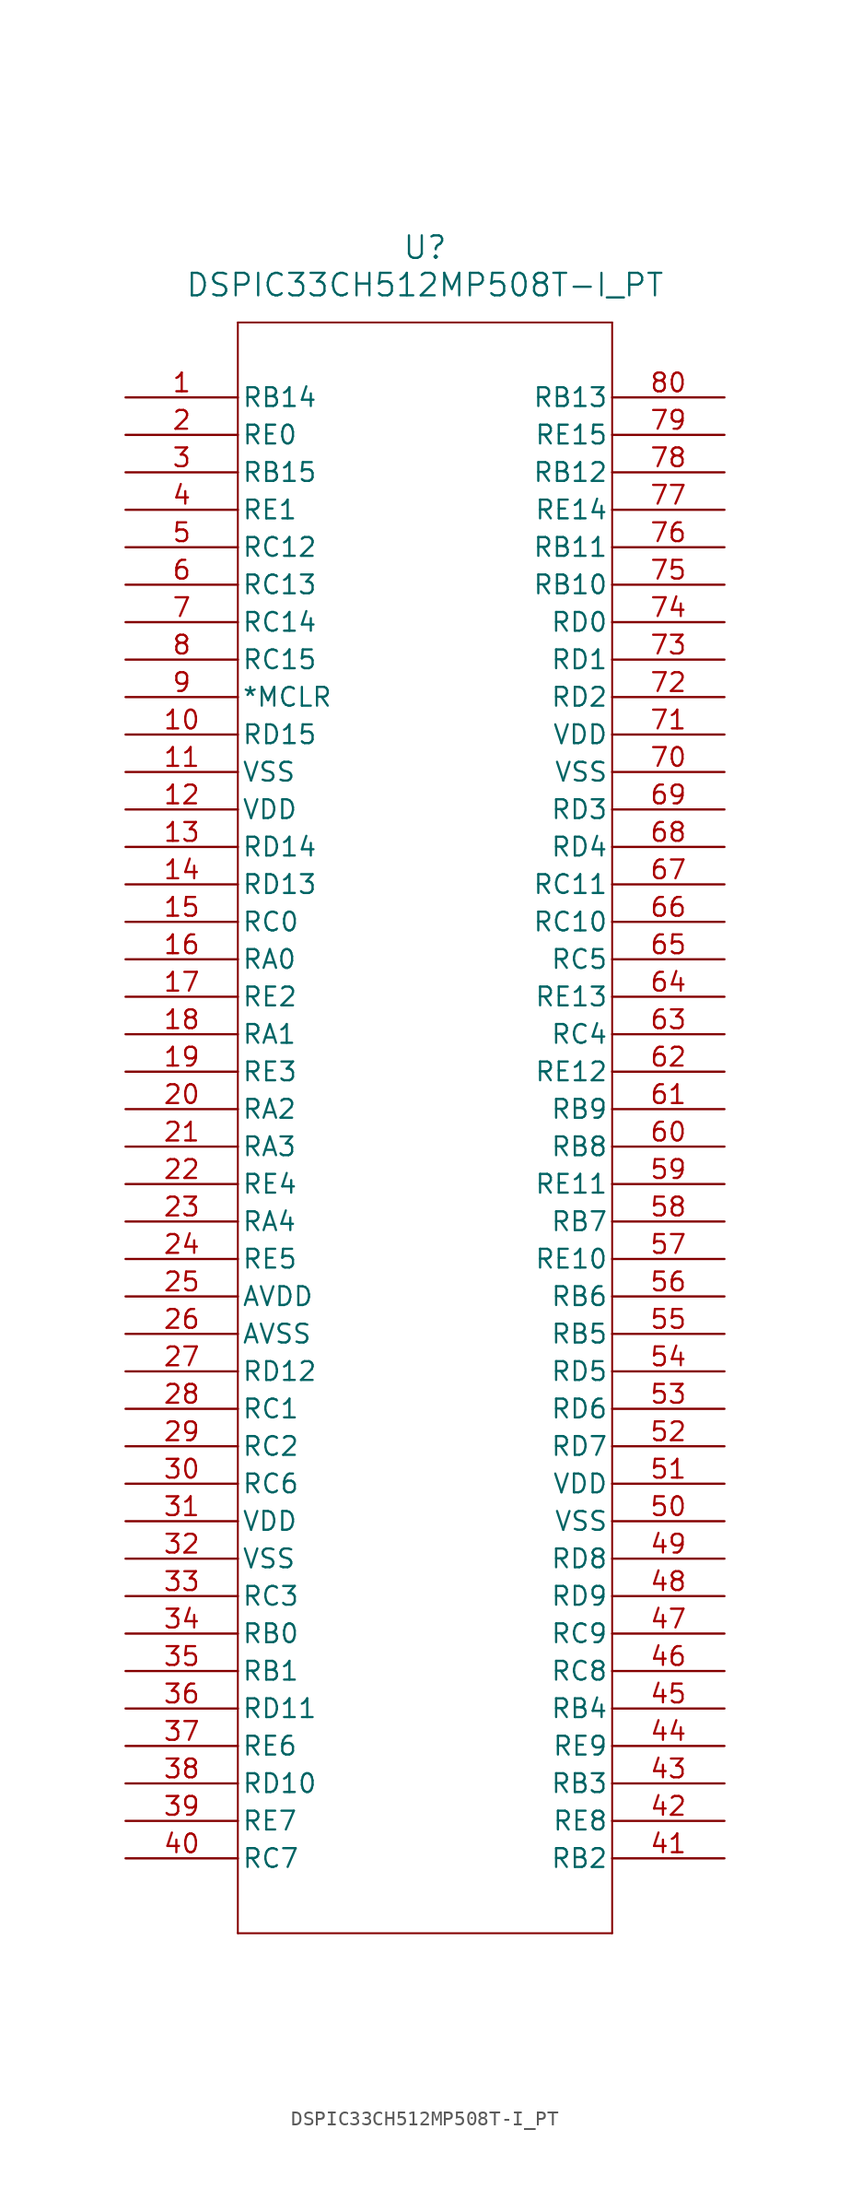
<source format=kicad_sym>
(kicad_symbol_lib
  (version 20211014)
  (generator kicad_symbol_editor)
  (symbol "DSPIC33CH512MP508T-I_PT"
    (pin_names
      (offset 0.254))
    (property "Reference" "U"
      (at 20.32 10.16 0)
      (effects (font (size 1.524 1.524))))
    (property "Value" "DSPIC33CH512MP508T-I_PT"
      (at 20.32 7.62 0)
      (effects (font (size 1.524 1.524))))
    (property "ki_locked" ""
      (at 0 0 0)
      (effects (font (size 1.27 1.27))))
    (symbol "DSPIC33CH512MP508T-I_PT_0_1"
      (polyline (pts (xy 7.62 -104.14) (xy 33.02 -104.14)) (stroke (width 0.127) (type default) (color 0 0 0 0)) (fill (type none)))
      (polyline (pts (xy 7.62 5.08) (xy 7.62 -104.14)) (stroke (width 0.127) (type default) (color 0 0 0 0)) (fill (type none)))
      (polyline (pts (xy 33.02 -104.14) (xy 33.02 5.08)) (stroke (width 0.127) (type default) (color 0 0 0 0)) (fill (type none)))
      (polyline (pts (xy 33.02 5.08) (xy 7.62 5.08)) (stroke (width 0.127) (type default) (color 0 0 0 0)) (fill (type none)))
      (pin bidirectional line (at 0 0 0) (length 7.62) (name "RB14" (effects (font (size 1.27 1.27)))) (number "1" (effects (font (size 1.27 1.27)))))
      (pin bidirectional line (at 0 -22.86 0) (length 7.62) (name "RD15" (effects (font (size 1.27 1.27)))) (number "10" (effects (font (size 1.27 1.27)))))
      (pin power_in line (at 0 -25.4 0) (length 7.62) (name "VSS" (effects (font (size 1.27 1.27)))) (number "11" (effects (font (size 1.27 1.27)))))
      (pin power_in line (at 0 -27.94 0) (length 7.62) (name "VDD" (effects (font (size 1.27 1.27)))) (number "12" (effects (font (size 1.27 1.27)))))
      (pin bidirectional line (at 0 -30.48 0) (length 7.62) (name "RD14" (effects (font (size 1.27 1.27)))) (number "13" (effects (font (size 1.27 1.27)))))
      (pin bidirectional line (at 0 -33.02 0) (length 7.62) (name "RD13" (effects (font (size 1.27 1.27)))) (number "14" (effects (font (size 1.27 1.27)))))
      (pin bidirectional line (at 0 -35.56 0) (length 7.62) (name "RC0" (effects (font (size 1.27 1.27)))) (number "15" (effects (font (size 1.27 1.27)))))
      (pin bidirectional line (at 0 -38.1 0) (length 7.62) (name "RA0" (effects (font (size 1.27 1.27)))) (number "16" (effects (font (size 1.27 1.27)))))
      (pin bidirectional line (at 0 -40.64 0) (length 7.62) (name "RE2" (effects (font (size 1.27 1.27)))) (number "17" (effects (font (size 1.27 1.27)))))
      (pin bidirectional line (at 0 -43.18 0) (length 7.62) (name "RA1" (effects (font (size 1.27 1.27)))) (number "18" (effects (font (size 1.27 1.27)))))
      (pin bidirectional line (at 0 -45.72 0) (length 7.62) (name "RE3" (effects (font (size 1.27 1.27)))) (number "19" (effects (font (size 1.27 1.27)))))
      (pin bidirectional line (at 0 -2.54 0) (length 7.62) (name "RE0" (effects (font (size 1.27 1.27)))) (number "2" (effects (font (size 1.27 1.27)))))
      (pin bidirectional line (at 0 -48.26 0) (length 7.62) (name "RA2" (effects (font (size 1.27 1.27)))) (number "20" (effects (font (size 1.27 1.27)))))
      (pin bidirectional line (at 0 -50.8 0) (length 7.62) (name "RA3" (effects (font (size 1.27 1.27)))) (number "21" (effects (font (size 1.27 1.27)))))
      (pin bidirectional line (at 0 -53.34 0) (length 7.62) (name "RE4" (effects (font (size 1.27 1.27)))) (number "22" (effects (font (size 1.27 1.27)))))
      (pin bidirectional line (at 0 -55.88 0) (length 7.62) (name "RA4" (effects (font (size 1.27 1.27)))) (number "23" (effects (font (size 1.27 1.27)))))
      (pin bidirectional line (at 0 -58.42 0) (length 7.62) (name "RE5" (effects (font (size 1.27 1.27)))) (number "24" (effects (font (size 1.27 1.27)))))
      (pin power_in line (at 0 -60.96 0) (length 7.62) (name "AVDD" (effects (font (size 1.27 1.27)))) (number "25" (effects (font (size 1.27 1.27)))))
      (pin power_in line (at 0 -63.5 0) (length 7.62) (name "AVSS" (effects (font (size 1.27 1.27)))) (number "26" (effects (font (size 1.27 1.27)))))
      (pin bidirectional line (at 0 -66.04 0) (length 7.62) (name "RD12" (effects (font (size 1.27 1.27)))) (number "27" (effects (font (size 1.27 1.27)))))
      (pin bidirectional line (at 0 -68.58 0) (length 7.62) (name "RC1" (effects (font (size 1.27 1.27)))) (number "28" (effects (font (size 1.27 1.27)))))
      (pin bidirectional line (at 0 -71.12 0) (length 7.62) (name "RC2" (effects (font (size 1.27 1.27)))) (number "29" (effects (font (size 1.27 1.27)))))
      (pin bidirectional line (at 0 -5.08 0) (length 7.62) (name "RB15" (effects (font (size 1.27 1.27)))) (number "3" (effects (font (size 1.27 1.27)))))
      (pin bidirectional line (at 0 -73.66 0) (length 7.62) (name "RC6" (effects (font (size 1.27 1.27)))) (number "30" (effects (font (size 1.27 1.27)))))
      (pin power_in line (at 0 -76.2 0) (length 7.62) (name "VDD" (effects (font (size 1.27 1.27)))) (number "31" (effects (font (size 1.27 1.27)))))
      (pin power_in line (at 0 -78.74 0) (length 7.62) (name "VSS" (effects (font (size 1.27 1.27)))) (number "32" (effects (font (size 1.27 1.27)))))
      (pin bidirectional line (at 0 -81.28 0) (length 7.62) (name "RC3" (effects (font (size 1.27 1.27)))) (number "33" (effects (font (size 1.27 1.27)))))
      (pin bidirectional line (at 0 -83.82 0) (length 7.62) (name "RB0" (effects (font (size 1.27 1.27)))) (number "34" (effects (font (size 1.27 1.27)))))
      (pin bidirectional line (at 0 -86.36 0) (length 7.62) (name "RB1" (effects (font (size 1.27 1.27)))) (number "35" (effects (font (size 1.27 1.27)))))
      (pin bidirectional line (at 0 -88.9 0) (length 7.62) (name "RD11" (effects (font (size 1.27 1.27)))) (number "36" (effects (font (size 1.27 1.27)))))
      (pin bidirectional line (at 0 -91.44 0) (length 7.62) (name "RE6" (effects (font (size 1.27 1.27)))) (number "37" (effects (font (size 1.27 1.27)))))
      (pin bidirectional line (at 0 -93.98 0) (length 7.62) (name "RD10" (effects (font (size 1.27 1.27)))) (number "38" (effects (font (size 1.27 1.27)))))
      (pin bidirectional line (at 0 -96.52 0) (length 7.62) (name "RE7" (effects (font (size 1.27 1.27)))) (number "39" (effects (font (size 1.27 1.27)))))
      (pin bidirectional line (at 0 -7.62 0) (length 7.62) (name "RE1" (effects (font (size 1.27 1.27)))) (number "4" (effects (font (size 1.27 1.27)))))
      (pin bidirectional line (at 0 -99.06 0) (length 7.62) (name "RC7" (effects (font (size 1.27 1.27)))) (number "40" (effects (font (size 1.27 1.27)))))
      (pin bidirectional line (at 40.64 -99.06 180) (length 7.62) (name "RB2" (effects (font (size 1.27 1.27)))) (number "41" (effects (font (size 1.27 1.27)))))
      (pin bidirectional line (at 40.64 -96.52 180) (length 7.62) (name "RE8" (effects (font (size 1.27 1.27)))) (number "42" (effects (font (size 1.27 1.27)))))
      (pin bidirectional line (at 40.64 -93.98 180) (length 7.62) (name "RB3" (effects (font (size 1.27 1.27)))) (number "43" (effects (font (size 1.27 1.27)))))
      (pin bidirectional line (at 40.64 -91.44 180) (length 7.62) (name "RE9" (effects (font (size 1.27 1.27)))) (number "44" (effects (font (size 1.27 1.27)))))
      (pin bidirectional line (at 40.64 -88.9 180) (length 7.62) (name "RB4" (effects (font (size 1.27 1.27)))) (number "45" (effects (font (size 1.27 1.27)))))
      (pin bidirectional line (at 40.64 -86.36 180) (length 7.62) (name "RC8" (effects (font (size 1.27 1.27)))) (number "46" (effects (font (size 1.27 1.27)))))
      (pin bidirectional line (at 40.64 -83.82 180) (length 7.62) (name "RC9" (effects (font (size 1.27 1.27)))) (number "47" (effects (font (size 1.27 1.27)))))
      (pin bidirectional line (at 40.64 -81.28 180) (length 7.62) (name "RD9" (effects (font (size 1.27 1.27)))) (number "48" (effects (font (size 1.27 1.27)))))
      (pin bidirectional line (at 40.64 -78.74 180) (length 7.62) (name "RD8" (effects (font (size 1.27 1.27)))) (number "49" (effects (font (size 1.27 1.27)))))
      (pin bidirectional line (at 0 -10.16 0) (length 7.62) (name "RC12" (effects (font (size 1.27 1.27)))) (number "5" (effects (font (size 1.27 1.27)))))
      (pin power_in line (at 40.64 -76.2 180) (length 7.62) (name "VSS" (effects (font (size 1.27 1.27)))) (number "50" (effects (font (size 1.27 1.27)))))
      (pin power_in line (at 40.64 -73.66 180) (length 7.62) (name "VDD" (effects (font (size 1.27 1.27)))) (number "51" (effects (font (size 1.27 1.27)))))
      (pin bidirectional line (at 40.64 -71.12 180) (length 7.62) (name "RD7" (effects (font (size 1.27 1.27)))) (number "52" (effects (font (size 1.27 1.27)))))
      (pin bidirectional line (at 40.64 -68.58 180) (length 7.62) (name "RD6" (effects (font (size 1.27 1.27)))) (number "53" (effects (font (size 1.27 1.27)))))
      (pin bidirectional line (at 40.64 -66.04 180) (length 7.62) (name "RD5" (effects (font (size 1.27 1.27)))) (number "54" (effects (font (size 1.27 1.27)))))
      (pin bidirectional line (at 40.64 -63.5 180) (length 7.62) (name "RB5" (effects (font (size 1.27 1.27)))) (number "55" (effects (font (size 1.27 1.27)))))
      (pin bidirectional line (at 40.64 -60.96 180) (length 7.62) (name "RB6" (effects (font (size 1.27 1.27)))) (number "56" (effects (font (size 1.27 1.27)))))
      (pin bidirectional line (at 40.64 -58.42 180) (length 7.62) (name "RE10" (effects (font (size 1.27 1.27)))) (number "57" (effects (font (size 1.27 1.27)))))
      (pin bidirectional line (at 40.64 -55.88 180) (length 7.62) (name "RB7" (effects (font (size 1.27 1.27)))) (number "58" (effects (font (size 1.27 1.27)))))
      (pin bidirectional line (at 40.64 -53.34 180) (length 7.62) (name "RE11" (effects (font (size 1.27 1.27)))) (number "59" (effects (font (size 1.27 1.27)))))
      (pin bidirectional line (at 0 -12.7 0) (length 7.62) (name "RC13" (effects (font (size 1.27 1.27)))) (number "6" (effects (font (size 1.27 1.27)))))
      (pin bidirectional line (at 40.64 -50.8 180) (length 7.62) (name "RB8" (effects (font (size 1.27 1.27)))) (number "60" (effects (font (size 1.27 1.27)))))
      (pin bidirectional line (at 40.64 -48.26 180) (length 7.62) (name "RB9" (effects (font (size 1.27 1.27)))) (number "61" (effects (font (size 1.27 1.27)))))
      (pin bidirectional line (at 40.64 -45.72 180) (length 7.62) (name "RE12" (effects (font (size 1.27 1.27)))) (number "62" (effects (font (size 1.27 1.27)))))
      (pin bidirectional line (at 40.64 -43.18 180) (length 7.62) (name "RC4" (effects (font (size 1.27 1.27)))) (number "63" (effects (font (size 1.27 1.27)))))
      (pin bidirectional line (at 40.64 -40.64 180) (length 7.62) (name "RE13" (effects (font (size 1.27 1.27)))) (number "64" (effects (font (size 1.27 1.27)))))
      (pin bidirectional line (at 40.64 -38.1 180) (length 7.62) (name "RC5" (effects (font (size 1.27 1.27)))) (number "65" (effects (font (size 1.27 1.27)))))
      (pin bidirectional line (at 40.64 -35.56 180) (length 7.62) (name "RC10" (effects (font (size 1.27 1.27)))) (number "66" (effects (font (size 1.27 1.27)))))
      (pin bidirectional line (at 40.64 -33.02 180) (length 7.62) (name "RC11" (effects (font (size 1.27 1.27)))) (number "67" (effects (font (size 1.27 1.27)))))
      (pin bidirectional line (at 40.64 -30.48 180) (length 7.62) (name "RD4" (effects (font (size 1.27 1.27)))) (number "68" (effects (font (size 1.27 1.27)))))
      (pin bidirectional line (at 40.64 -27.94 180) (length 7.62) (name "RD3" (effects (font (size 1.27 1.27)))) (number "69" (effects (font (size 1.27 1.27)))))
      (pin bidirectional line (at 0 -15.24 0) (length 7.62) (name "RC14" (effects (font (size 1.27 1.27)))) (number "7" (effects (font (size 1.27 1.27)))))
      (pin power_in line (at 40.64 -25.4 180) (length 7.62) (name "VSS" (effects (font (size 1.27 1.27)))) (number "70" (effects (font (size 1.27 1.27)))))
      (pin power_in line (at 40.64 -22.86 180) (length 7.62) (name "VDD" (effects (font (size 1.27 1.27)))) (number "71" (effects (font (size 1.27 1.27)))))
      (pin bidirectional line (at 40.64 -20.32 180) (length 7.62) (name "RD2" (effects (font (size 1.27 1.27)))) (number "72" (effects (font (size 1.27 1.27)))))
      (pin bidirectional line (at 40.64 -17.78 180) (length 7.62) (name "RD1" (effects (font (size 1.27 1.27)))) (number "73" (effects (font (size 1.27 1.27)))))
      (pin bidirectional line (at 40.64 -15.24 180) (length 7.62) (name "RD0" (effects (font (size 1.27 1.27)))) (number "74" (effects (font (size 1.27 1.27)))))
      (pin bidirectional line (at 40.64 -12.7 180) (length 7.62) (name "RB10" (effects (font (size 1.27 1.27)))) (number "75" (effects (font (size 1.27 1.27)))))
      (pin bidirectional line (at 40.64 -10.16 180) (length 7.62) (name "RB11" (effects (font (size 1.27 1.27)))) (number "76" (effects (font (size 1.27 1.27)))))
      (pin bidirectional line (at 40.64 -7.62 180) (length 7.62) (name "RE14" (effects (font (size 1.27 1.27)))) (number "77" (effects (font (size 1.27 1.27)))))
      (pin bidirectional line (at 40.64 -5.08 180) (length 7.62) (name "RB12" (effects (font (size 1.27 1.27)))) (number "78" (effects (font (size 1.27 1.27)))))
      (pin bidirectional line (at 40.64 -2.54 180) (length 7.62) (name "RE15" (effects (font (size 1.27 1.27)))) (number "79" (effects (font (size 1.27 1.27)))))
      (pin bidirectional line (at 0 -17.78 0) (length 7.62) (name "RC15" (effects (font (size 1.27 1.27)))) (number "8" (effects (font (size 1.27 1.27)))))
      (pin bidirectional line (at 40.64 0 180) (length 7.62) (name "RB13" (effects (font (size 1.27 1.27)))) (number "80" (effects (font (size 1.27 1.27)))))
      (pin bidirectional line (at 0 -20.32 0) (length 7.62) (name "*MCLR" (effects (font (size 1.27 1.27)))) (number "9" (effects (font (size 1.27 1.27))))))))
</source>
